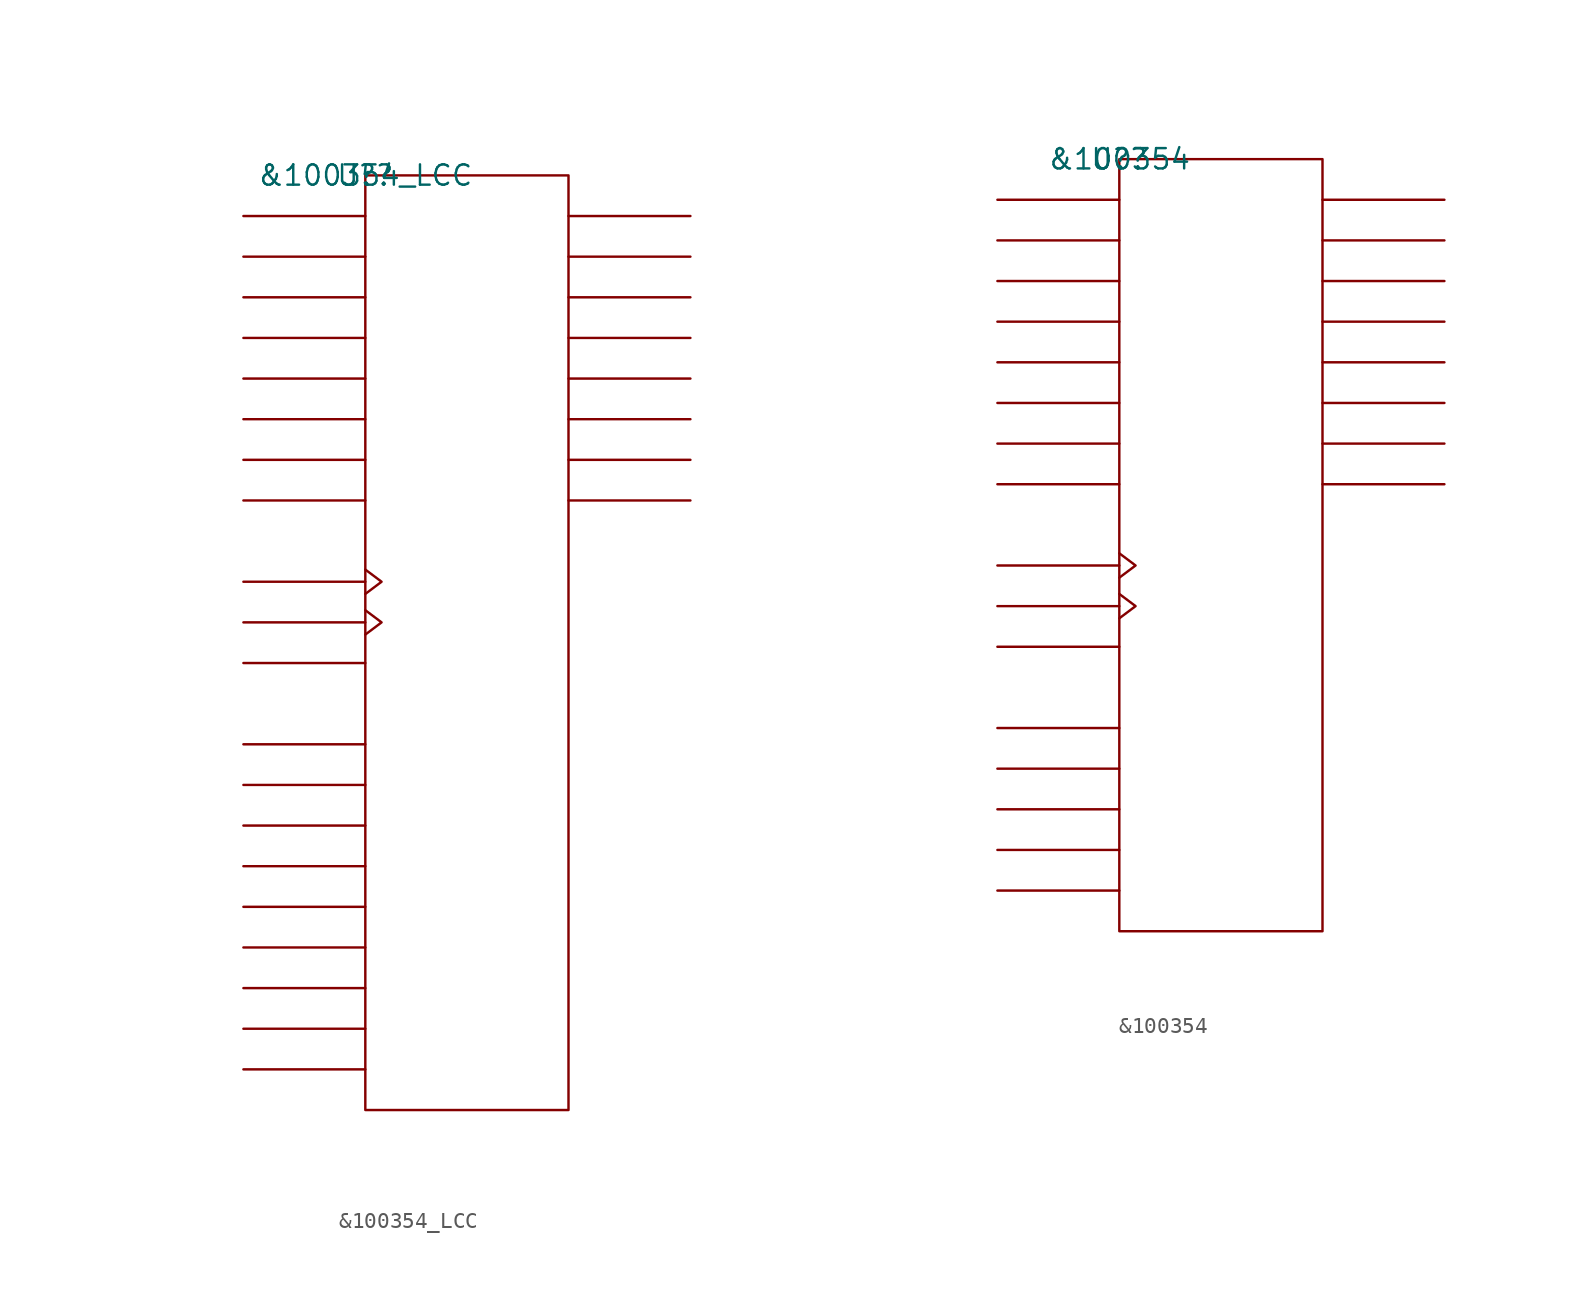
<source format=kicad_sym>
(kicad_symbol_lib
  (version 20211014)
  (generator kicad_symbol_editor)
  (symbol "&100354_LCC"
    (pin_names
      (offset 0.762))
    (property "Reference" "U?"
      (at 0 0 0)
      (effects (font (size 1.27 1.27))))
    (property "Value" "&100354_LCC"
      (at 0 0 0)
      (effects (font (size 1.27 1.27))))
    (symbol "&100354_LCC_0_1"
      (rectangle (start 0 -58.42) (end 12.7 0) (stroke (width 0) (type default) (color 0 0 0 0)) (fill (type none)))
      (polyline (pts (xy 0 -55.88) (xy -7.62 -55.88)) (stroke (width 0) (type default) (color 0 0 0 0)) (fill (type none)))
      (polyline (pts (xy 0 -53.34) (xy -7.62 -53.34)) (stroke (width 0) (type default) (color 0 0 0 0)) (fill (type none)))
      (polyline (pts (xy 0 -50.8) (xy -7.62 -50.8)) (stroke (width 0) (type default) (color 0 0 0 0)) (fill (type none)))
      (polyline (pts (xy 0 -48.26) (xy -7.62 -48.26)) (stroke (width 0) (type default) (color 0 0 0 0)) (fill (type none)))
      (polyline (pts (xy 0 -45.72) (xy -7.62 -45.72)) (stroke (width 0) (type default) (color 0 0 0 0)) (fill (type none)))
      (polyline (pts (xy 0 -43.18) (xy -7.62 -43.18)) (stroke (width 0) (type default) (color 0 0 0 0)) (fill (type none)))
      (polyline (pts (xy 0 -40.64) (xy -7.62 -40.64)) (stroke (width 0) (type default) (color 0 0 0 0)) (fill (type none)))
      (polyline (pts (xy 0 -38.1) (xy -7.62 -38.1)) (stroke (width 0) (type default) (color 0 0 0 0)) (fill (type none)))
      (polyline (pts (xy 0 -35.56) (xy -7.62 -35.56)) (stroke (width 0) (type default) (color 0 0 0 0)) (fill (type none)))
      (polyline (pts (xy 0 -30.48) (xy -7.62 -30.48)) (stroke (width 0) (type default) (color 0 0 0 0)) (fill (type none)))
      (polyline (pts (xy 0 -27.94) (xy -7.62 -27.94)) (stroke (width 0) (type default) (color 0 0 0 0)) (fill (type none)))
      (polyline (pts (xy 0 -25.4) (xy -7.62 -25.4)) (stroke (width 0) (type default) (color 0 0 0 0)) (fill (type none)))
      (polyline (pts (xy 0 -20.32) (xy -7.62 -20.32)) (stroke (width 0) (type default) (color 0 0 0 0)) (fill (type none)))
      (polyline (pts (xy 0 -17.78) (xy -7.62 -17.78)) (stroke (width 0) (type default) (color 0 0 0 0)) (fill (type none)))
      (polyline (pts (xy 0 -15.24) (xy -7.62 -15.24)) (stroke (width 0) (type default) (color 0 0 0 0)) (fill (type none)))
      (polyline (pts (xy 0 -12.7) (xy -7.62 -12.7)) (stroke (width 0) (type default) (color 0 0 0 0)) (fill (type none)))
      (polyline (pts (xy 0 -10.16) (xy -7.62 -10.16)) (stroke (width 0) (type default) (color 0 0 0 0)) (fill (type none)))
      (polyline (pts (xy 0 -7.62) (xy -7.62 -7.62)) (stroke (width 0) (type default) (color 0 0 0 0)) (fill (type none)))
      (polyline (pts (xy 0 -5.08) (xy -7.62 -5.08)) (stroke (width 0) (type default) (color 0 0 0 0)) (fill (type none)))
      (polyline (pts (xy 0 -2.54) (xy -7.62 -2.54)) (stroke (width 0) (type default) (color 0 0 0 0)) (fill (type none)))
      (polyline (pts (xy 12.7 -20.32) (xy 20.32 -20.32)) (stroke (width 0) (type default) (color 0 0 0 0)) (fill (type none)))
      (polyline (pts (xy 12.7 -17.78) (xy 20.32 -17.78)) (stroke (width 0) (type default) (color 0 0 0 0)) (fill (type none)))
      (polyline (pts (xy 12.7 -15.24) (xy 20.32 -15.24)) (stroke (width 0) (type default) (color 0 0 0 0)) (fill (type none)))
      (polyline (pts (xy 12.7 -12.7) (xy 20.32 -12.7)) (stroke (width 0) (type default) (color 0 0 0 0)) (fill (type none)))
      (polyline (pts (xy 12.7 -10.16) (xy 20.32 -10.16)) (stroke (width 0) (type default) (color 0 0 0 0)) (fill (type none)))
      (polyline (pts (xy 12.7 -7.62) (xy 20.32 -7.62)) (stroke (width 0) (type default) (color 0 0 0 0)) (fill (type none)))
      (polyline (pts (xy 12.7 -5.08) (xy 20.32 -5.08)) (stroke (width 0) (type default) (color 0 0 0 0)) (fill (type none)))
      (polyline (pts (xy 12.7 -2.54) (xy 20.32 -2.54)) (stroke (width 0) (type default) (color 0 0 0 0)) (fill (type none)))
      (polyline (pts (xy 0 -27.178) (xy 1.016 -27.94) (xy 0 -28.702)) (stroke (width 0) (type default) (color 0 0 0 0)) (fill (type none)))
      (polyline (pts (xy 0 -24.638) (xy 1.016 -25.4) (xy 0 -26.162)) (stroke (width 0) (type default) (color 0 0 0 0)) (fill (type none))))
    (symbol "&100354_LCC_1_1"
      (pin power_in line (at -7.62 -45.72 0) (length 7.62) hide (name "VCC" (effects (font (size 1.245 1.245)))) (number "1" (effects (font (size 1.245 1.245)))))
      (pin unspecified line (at 20.32 -7.62 180) (length 7.62) hide (name "Q2" (effects (font (size 1.245 1.245)))) (number "10" (effects (font (size 1.245 1.245)))))
      (pin unspecified line (at 20.32 -5.08 180) (length 7.62) hide (name "Q1" (effects (font (size 1.245 1.245)))) (number "11" (effects (font (size 1.245 1.245)))))
      (pin unspecified line (at 20.32 -2.54 180) (length 7.62) hide (name "Q0" (effects (font (size 1.245 1.245)))) (number "12" (effects (font (size 1.245 1.245)))))
      (pin power_in line (at -7.62 -53.34 0) (length 7.62) hide (name "VCCA" (effects (font (size 1.245 1.245)))) (number "13" (effects (font (size 1.245 1.245)))))
      (pin power_in line (at -7.62 -35.56 0) (length 7.62) hide (name "VEE" (effects (font (size 1.245 1.245)))) (number "14" (effects (font (size 1.245 1.245)))))
      (pin power_in line (at -7.62 -40.64 0) (length 7.62) hide (name "VEES" (effects (font (size 1.245 1.245)))) (number "15" (effects (font (size 1.245 1.245)))))
      (pin unspecified line (at -7.62 -25.4 180) (length 7.62) hide (name "CLK" (effects (font (size 1.245 1.245)))) (number "16" (effects (font (size 1.245 1.245)))))
      (pin unspecified line (at -7.62 -27.94 180) (length 7.62) hide (name "C\\E\\N\\" (effects (font (size 1.245 1.245)))) (number "17" (effects (font (size 1.245 1.245)))))
      (pin unspecified line (at -7.62 -2.54 0) (length 7.62) hide (name "D0" (effects (font (size 1.245 1.245)))) (number "18" (effects (font (size 1.245 1.245)))))
      (pin unspecified line (at -7.62 -5.08 0) (length 7.62) hide (name "D1" (effects (font (size 1.245 1.245)))) (number "19" (effects (font (size 1.245 1.245)))))
      (pin power_in line (at -7.62 -48.26 0) (length 7.62) hide (name "VCCA" (effects (font (size 1.245 1.245)))) (number "2" (effects (font (size 1.245 1.245)))))
      (pin unspecified line (at -7.62 -7.62 0) (length 7.62) hide (name "D2" (effects (font (size 1.245 1.245)))) (number "20" (effects (font (size 1.245 1.245)))))
      (pin unspecified line (at -7.62 -10.16 0) (length 7.62) hide (name "D3" (effects (font (size 1.245 1.245)))) (number "21" (effects (font (size 1.245 1.245)))))
      (pin power_in line (at -7.62 -43.18 0) (length 7.62) hide (name "VEES" (effects (font (size 1.245 1.245)))) (number "22" (effects (font (size 1.245 1.245)))))
      (pin unspecified line (at -7.62 -12.7 0) (length 7.62) hide (name "D4" (effects (font (size 1.245 1.245)))) (number "23" (effects (font (size 1.245 1.245)))))
      (pin unspecified line (at -7.62 -15.24 0) (length 7.62) hide (name "D5" (effects (font (size 1.245 1.245)))) (number "24" (effects (font (size 1.245 1.245)))))
      (pin unspecified line (at -7.62 -17.78 0) (length 7.62) hide (name "D6" (effects (font (size 1.245 1.245)))) (number "25" (effects (font (size 1.245 1.245)))))
      (pin unspecified line (at -7.62 -20.32 0) (length 7.62) hide (name "D7" (effects (font (size 1.245 1.245)))) (number "26" (effects (font (size 1.245 1.245)))))
      (pin unspecified line (at -7.62 -30.48 0) (length 7.62) hide (name "O\\E\\N\\" (effects (font (size 1.245 1.245)))) (number "27" (effects (font (size 1.245 1.245)))))
      (pin power_in line (at -7.62 -55.88 0) (length 7.62) hide (name "VCCA" (effects (font (size 1.245 1.245)))) (number "28" (effects (font (size 1.245 1.245)))))
      (pin power_in line (at -7.62 -50.8 0) (length 7.62) hide (name "VCCA" (effects (font (size 1.245 1.245)))) (number "3" (effects (font (size 1.245 1.245)))))
      (pin unspecified line (at 20.32 -20.32 180) (length 7.62) hide (name "Q7" (effects (font (size 1.245 1.245)))) (number "4" (effects (font (size 1.245 1.245)))))
      (pin unspecified line (at 20.32 -17.78 180) (length 7.62) hide (name "Q6" (effects (font (size 1.245 1.245)))) (number "5" (effects (font (size 1.245 1.245)))))
      (pin unspecified line (at 20.32 -15.24 180) (length 7.62) hide (name "Q5" (effects (font (size 1.245 1.245)))) (number "6" (effects (font (size 1.245 1.245)))))
      (pin unspecified line (at 20.32 -12.7 180) (length 7.62) hide (name "Q4" (effects (font (size 1.245 1.245)))) (number "7" (effects (font (size 1.245 1.245)))))
      (pin power_in line (at -7.62 -38.1 0) (length 7.62) hide (name "VEES" (effects (font (size 1.245 1.245)))) (number "8" (effects (font (size 1.245 1.245)))))
      (pin unspecified line (at 20.32 -10.16 180) (length 7.62) hide (name "Q3" (effects (font (size 1.245 1.245)))) (number "9" (effects (font (size 1.245 1.245)))))))
  (symbol "&100354"
    (pin_names
      (offset 0.762))
    (property "Reference" "U?"
      (at 0 0 0)
      (effects (font (size 1.27 1.27))))
    (property "Value" "&100354"
      (at 0 0 0)
      (effects (font (size 1.27 1.27))))
    (symbol "&100354_0_1"
      (rectangle (start 0 -48.26) (end 12.7 0) (stroke (width 0) (type default) (color 0 0 0 0)) (fill (type none)))
      (polyline (pts (xy 0 -45.72) (xy -7.62 -45.72)) (stroke (width 0) (type default) (color 0 0 0 0)) (fill (type none)))
      (polyline (pts (xy 0 -43.18) (xy -7.62 -43.18)) (stroke (width 0) (type default) (color 0 0 0 0)) (fill (type none)))
      (polyline (pts (xy 0 -40.64) (xy -7.62 -40.64)) (stroke (width 0) (type default) (color 0 0 0 0)) (fill (type none)))
      (polyline (pts (xy 0 -38.1) (xy -7.62 -38.1)) (stroke (width 0) (type default) (color 0 0 0 0)) (fill (type none)))
      (polyline (pts (xy 0 -35.56) (xy -7.62 -35.56)) (stroke (width 0) (type default) (color 0 0 0 0)) (fill (type none)))
      (polyline (pts (xy 0 -30.48) (xy -7.62 -30.48)) (stroke (width 0) (type default) (color 0 0 0 0)) (fill (type none)))
      (polyline (pts (xy 0 -27.94) (xy -7.62 -27.94)) (stroke (width 0) (type default) (color 0 0 0 0)) (fill (type none)))
      (polyline (pts (xy 0 -25.4) (xy -7.62 -25.4)) (stroke (width 0) (type default) (color 0 0 0 0)) (fill (type none)))
      (polyline (pts (xy 0 -20.32) (xy -7.62 -20.32)) (stroke (width 0) (type default) (color 0 0 0 0)) (fill (type none)))
      (polyline (pts (xy 0 -17.78) (xy -7.62 -17.78)) (stroke (width 0) (type default) (color 0 0 0 0)) (fill (type none)))
      (polyline (pts (xy 0 -15.24) (xy -7.62 -15.24)) (stroke (width 0) (type default) (color 0 0 0 0)) (fill (type none)))
      (polyline (pts (xy 0 -12.7) (xy -7.62 -12.7)) (stroke (width 0) (type default) (color 0 0 0 0)) (fill (type none)))
      (polyline (pts (xy 0 -10.16) (xy -7.62 -10.16)) (stroke (width 0) (type default) (color 0 0 0 0)) (fill (type none)))
      (polyline (pts (xy 0 -7.62) (xy -7.62 -7.62)) (stroke (width 0) (type default) (color 0 0 0 0)) (fill (type none)))
      (polyline (pts (xy 0 -5.08) (xy -7.62 -5.08)) (stroke (width 0) (type default) (color 0 0 0 0)) (fill (type none)))
      (polyline (pts (xy 0 -2.54) (xy -7.62 -2.54)) (stroke (width 0) (type default) (color 0 0 0 0)) (fill (type none)))
      (polyline (pts (xy 12.7 -20.32) (xy 20.32 -20.32)) (stroke (width 0) (type default) (color 0 0 0 0)) (fill (type none)))
      (polyline (pts (xy 12.7 -17.78) (xy 20.32 -17.78)) (stroke (width 0) (type default) (color 0 0 0 0)) (fill (type none)))
      (polyline (pts (xy 12.7 -15.24) (xy 20.32 -15.24)) (stroke (width 0) (type default) (color 0 0 0 0)) (fill (type none)))
      (polyline (pts (xy 12.7 -12.7) (xy 20.32 -12.7)) (stroke (width 0) (type default) (color 0 0 0 0)) (fill (type none)))
      (polyline (pts (xy 12.7 -10.16) (xy 20.32 -10.16)) (stroke (width 0) (type default) (color 0 0 0 0)) (fill (type none)))
      (polyline (pts (xy 12.7 -7.62) (xy 20.32 -7.62)) (stroke (width 0) (type default) (color 0 0 0 0)) (fill (type none)))
      (polyline (pts (xy 12.7 -5.08) (xy 20.32 -5.08)) (stroke (width 0) (type default) (color 0 0 0 0)) (fill (type none)))
      (polyline (pts (xy 12.7 -2.54) (xy 20.32 -2.54)) (stroke (width 0) (type default) (color 0 0 0 0)) (fill (type none)))
      (polyline (pts (xy 0 -27.178) (xy 1.016 -27.94) (xy 0 -28.702)) (stroke (width 0) (type default) (color 0 0 0 0)) (fill (type none)))
      (polyline (pts (xy 0 -24.638) (xy 1.016 -25.4) (xy 0 -26.162)) (stroke (width 0) (type default) (color 0 0 0 0)) (fill (type none))))
    (symbol "&100354_1_1"
      (pin unspecified line (at -7.62 -12.7 0) (length 7.62) hide (name "D4" (effects (font (size 1.245 1.245)))) (number "1" (effects (font (size 1.245 1.245)))))
      (pin unspecified line (at 20.32 -17.78 180) (length 7.62) hide (name "Q6" (effects (font (size 1.245 1.245)))) (number "10" (effects (font (size 1.245 1.245)))))
      (pin unspecified line (at 20.32 -15.24 180) (length 7.62) hide (name "Q5" (effects (font (size 1.245 1.245)))) (number "11" (effects (font (size 1.245 1.245)))))
      (pin unspecified line (at 20.32 -12.7 180) (length 7.62) hide (name "Q4" (effects (font (size 1.245 1.245)))) (number "12" (effects (font (size 1.245 1.245)))))
      (pin unspecified line (at 20.32 -10.16 180) (length 7.62) hide (name "Q3" (effects (font (size 1.245 1.245)))) (number "13" (effects (font (size 1.245 1.245)))))
      (pin unspecified line (at 20.32 -7.62 180) (length 7.62) hide (name "Q2" (effects (font (size 1.245 1.245)))) (number "14" (effects (font (size 1.245 1.245)))))
      (pin unspecified line (at 20.32 -5.08 180) (length 7.62) hide (name "Q1" (effects (font (size 1.245 1.245)))) (number "15" (effects (font (size 1.245 1.245)))))
      (pin unspecified line (at 20.32 -2.54 180) (length 7.62) hide (name "Q0" (effects (font (size 1.245 1.245)))) (number "16" (effects (font (size 1.245 1.245)))))
      (pin power_in line (at -7.62 -45.72 0) (length 7.62) hide (name "VCCA" (effects (font (size 1.245 1.245)))) (number "17" (effects (font (size 1.245 1.245)))))
      (pin power_in line (at -7.62 -35.56 0) (length 7.62) hide (name "VEE" (effects (font (size 1.245 1.245)))) (number "18" (effects (font (size 1.245 1.245)))))
      (pin unspecified line (at -7.62 -25.4 180) (length 7.62) hide (name "CLK" (effects (font (size 1.245 1.245)))) (number "19" (effects (font (size 1.245 1.245)))))
      (pin unspecified line (at -7.62 -15.24 0) (length 7.62) hide (name "D5" (effects (font (size 1.245 1.245)))) (number "2" (effects (font (size 1.245 1.245)))))
      (pin unspecified line (at -7.62 -27.94 180) (length 7.62) hide (name "C\\E\\N\\" (effects (font (size 1.245 1.245)))) (number "20" (effects (font (size 1.245 1.245)))))
      (pin unspecified line (at -7.62 -2.54 0) (length 7.62) hide (name "D0" (effects (font (size 1.245 1.245)))) (number "21" (effects (font (size 1.245 1.245)))))
      (pin unspecified line (at -7.62 -5.08 0) (length 7.62) hide (name "D1" (effects (font (size 1.245 1.245)))) (number "22" (effects (font (size 1.245 1.245)))))
      (pin unspecified line (at -7.62 -7.62 0) (length 7.62) hide (name "D2" (effects (font (size 1.245 1.245)))) (number "23" (effects (font (size 1.245 1.245)))))
      (pin unspecified line (at -7.62 -10.16 0) (length 7.62) hide (name "D3" (effects (font (size 1.245 1.245)))) (number "24" (effects (font (size 1.245 1.245)))))
      (pin unspecified line (at -7.62 -17.78 0) (length 7.62) hide (name "D6" (effects (font (size 1.245 1.245)))) (number "3" (effects (font (size 1.245 1.245)))))
      (pin unspecified line (at -7.62 -20.32 0) (length 7.62) hide (name "D7" (effects (font (size 1.245 1.245)))) (number "4" (effects (font (size 1.245 1.245)))))
      (pin unspecified line (at -7.62 -30.48 0) (length 7.62) hide (name "O\\E\\N\\" (effects (font (size 1.245 1.245)))) (number "5" (effects (font (size 1.245 1.245)))))
      (pin power_in line (at -7.62 -38.1 0) (length 7.62) hide (name "VCC" (effects (font (size 1.245 1.245)))) (number "6" (effects (font (size 1.245 1.245)))))
      (pin power_in line (at -7.62 -40.64 0) (length 7.62) hide (name "VCCA" (effects (font (size 1.245 1.245)))) (number "7" (effects (font (size 1.245 1.245)))))
      (pin power_in line (at -7.62 -43.18 0) (length 7.62) hide (name "VCCA" (effects (font (size 1.245 1.245)))) (number "8" (effects (font (size 1.245 1.245)))))
      (pin unspecified line (at 20.32 -20.32 180) (length 7.62) hide (name "Q7" (effects (font (size 1.245 1.245)))) (number "9" (effects (font (size 1.245 1.245))))))))
</source>
